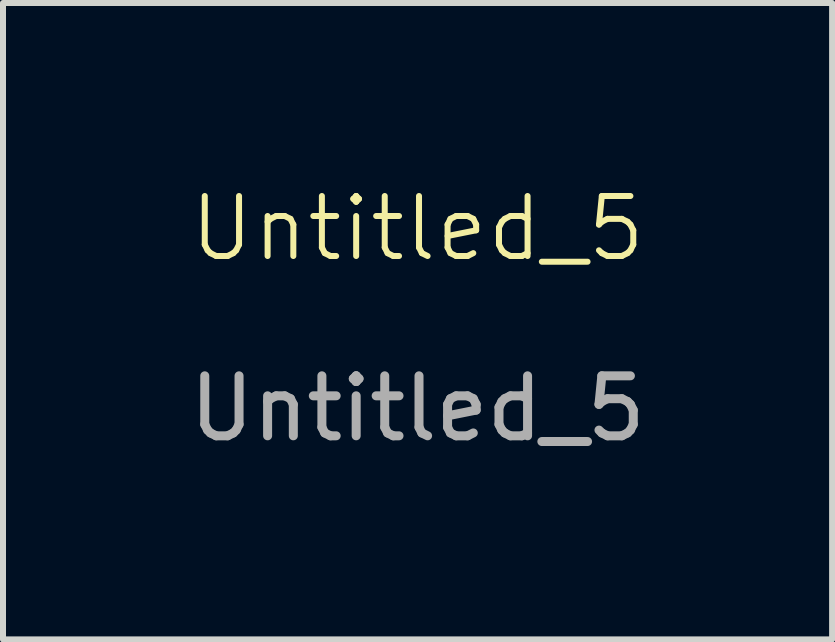
<source format=kicad_pcb>
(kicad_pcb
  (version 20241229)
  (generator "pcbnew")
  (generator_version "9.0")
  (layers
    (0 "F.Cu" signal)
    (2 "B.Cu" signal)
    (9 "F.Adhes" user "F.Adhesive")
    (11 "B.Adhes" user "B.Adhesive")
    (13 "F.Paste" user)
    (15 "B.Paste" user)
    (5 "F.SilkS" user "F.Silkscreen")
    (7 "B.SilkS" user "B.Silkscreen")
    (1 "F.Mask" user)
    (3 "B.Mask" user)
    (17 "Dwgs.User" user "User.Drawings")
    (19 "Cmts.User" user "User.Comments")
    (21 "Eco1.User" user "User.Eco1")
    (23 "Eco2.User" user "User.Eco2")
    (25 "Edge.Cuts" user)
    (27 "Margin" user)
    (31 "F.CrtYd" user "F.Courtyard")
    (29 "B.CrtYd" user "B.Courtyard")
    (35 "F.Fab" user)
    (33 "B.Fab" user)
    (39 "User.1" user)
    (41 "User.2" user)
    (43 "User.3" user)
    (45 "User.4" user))
  (footprint "Untitled_5"
    (layer "F.Cu")
    (at 3.911 1.26)
    (property "Reference" "Untitled_5" (at 0 -0.5 0) (unlocked yes) (layer "F.SilkS") (effects (font (size 1 1) (thickness 0.1))))
    (fp_text user "${REFERENCE}" (at 0 2.5 0) (unlocked yes) (layer "F.Fab") (effects (font (size 1 1) (thickness 0.15)))))
  (gr_rect
    (start -3 -3)
    (end 10.821 7.609)
    (stroke (width 0.1) (type default))
    (fill no)
    (layer "Edge.Cuts")))
</source>
